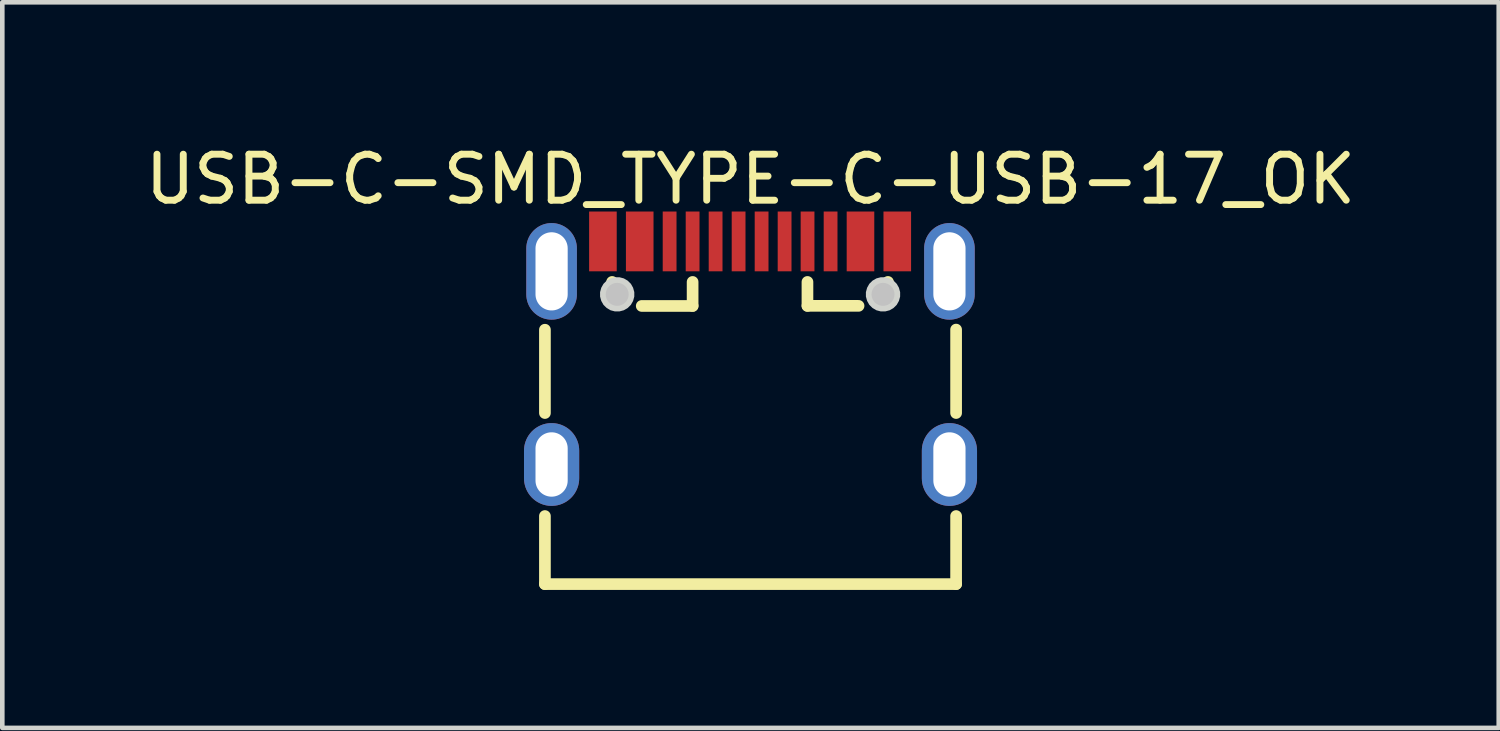
<source format=kicad_pcb>
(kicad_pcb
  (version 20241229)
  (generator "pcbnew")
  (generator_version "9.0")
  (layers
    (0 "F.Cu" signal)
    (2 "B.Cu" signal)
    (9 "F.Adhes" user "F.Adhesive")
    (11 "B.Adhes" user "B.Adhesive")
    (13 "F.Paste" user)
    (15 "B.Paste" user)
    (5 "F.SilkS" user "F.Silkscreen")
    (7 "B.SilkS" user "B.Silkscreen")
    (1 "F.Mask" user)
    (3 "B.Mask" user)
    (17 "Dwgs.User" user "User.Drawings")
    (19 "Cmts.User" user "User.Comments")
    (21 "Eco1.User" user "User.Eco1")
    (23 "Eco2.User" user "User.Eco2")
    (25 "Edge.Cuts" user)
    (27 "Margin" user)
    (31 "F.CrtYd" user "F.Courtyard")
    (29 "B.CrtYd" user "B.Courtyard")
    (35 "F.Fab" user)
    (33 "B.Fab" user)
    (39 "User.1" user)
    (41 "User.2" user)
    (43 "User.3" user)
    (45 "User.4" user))
  (footprint "USB-C-SMD_TYPE-C-USB-17_OK"
    (layer "F.Cu")
    (at 13.268 4.624)
    (property "Reference" "USB-C-SMD_TYPE-C-USB-17_OK" (at 0 -3.776 0) (layer "F.SilkS") (effects (font (size 1 1) (thickness 0.15))))
    (fp_line (start -4.47 1.306) (end -4.47 -0.505) (stroke (width 0.254) (type default)) (layer "F.SilkS"))
    (fp_line (start -4.47 5.026) (end -4.47 3.546) (stroke (width 0.254) (type default)) (layer "F.SilkS"))
    (fp_line (start -3.009 -1.384) (end -3.009 -1.544) (stroke (width 0.254) (type default)) (layer "F.SilkS"))
    (fp_line (start -2.365 -1.022) (end -1.259 -1.022) (stroke (width 0.254) (type default)) (layer "F.SilkS"))
    (fp_line (start -1.259 -1.022) (end -1.259 -1.544) (stroke (width 0.254) (type default)) (layer "F.SilkS"))
    (fp_line (start 1.238 -1.024) (end 1.238 -1.544) (stroke (width 0.254) (type default)) (layer "F.SilkS"))
    (fp_line (start 1.238 -1.024) (end 2.349 -1.024) (stroke (width 0.254) (type default)) (layer "F.SilkS"))
    (fp_line (start 2.988 -1.385) (end 2.988 -1.544) (stroke (width 0.254) (type default)) (layer "F.SilkS"))
    (fp_line (start 4.47 1.306) (end 4.47 -0.508) (stroke (width 0.254) (type default)) (layer "F.SilkS"))
    (fp_line (start 4.47 5.026) (end -4.47 5.026) (stroke (width 0.254) (type default)) (layer "F.SilkS"))
    (fp_line (start 4.47 5.026) (end 4.47 3.546) (stroke (width 0.254) (type default)) (layer "F.SilkS"))
    (fp_poly (pts (xy -3.509 -3.075) (xy -3.509 -1.774) (xy -2.909 -1.774) (xy -2.909 -3.075)) (stroke (width 0) (type default)) (fill yes) (layer "F.Paste"))
    (fp_poly (pts (xy -2.709 -3.075) (xy -2.709 -1.774) (xy -2.109 -1.774) (xy -2.109 -3.075)) (stroke (width 0) (type default)) (fill yes) (layer "F.Paste"))
    (fp_poly (pts (xy -1.909 -3.075) (xy -1.909 -1.776) (xy -1.609 -1.776) (xy -1.609 -3.075)) (stroke (width 0) (type default)) (fill yes) (layer "F.Paste"))
    (fp_poly (pts (xy -1.109 -1.774) (xy -1.109 -3.075) (xy -1.409 -3.075) (xy -1.409 -1.774)) (stroke (width 0) (type default)) (fill yes) (layer "F.Paste"))
    (fp_poly (pts (xy -0.609 -1.774) (xy -0.609 -3.075) (xy -0.909 -3.075) (xy -0.909 -1.774)) (stroke (width 0) (type default)) (fill yes) (layer "F.Paste"))
    (fp_poly (pts (xy -0.109 -1.774) (xy -0.109 -3.075) (xy -0.409 -3.075) (xy -0.409 -1.774)) (stroke (width 0) (type default)) (fill yes) (layer "F.Paste"))
    (fp_poly (pts (xy 0.391 -1.774) (xy 0.391 -3.075) (xy 0.091 -3.075) (xy 0.091 -1.774)) (stroke (width 0) (type default)) (fill yes) (layer "F.Paste"))
    (fp_poly (pts (xy 0.591 -3.075) (xy 0.591 -1.774) (xy 0.891 -1.774) (xy 0.891 -3.075)) (stroke (width 0) (type default)) (fill yes) (layer "F.Paste"))
    (fp_poly (pts (xy 1.091 -3.075) (xy 1.091 -1.776) (xy 1.391 -1.776) (xy 1.391 -3.075)) (stroke (width 0) (type default)) (fill yes) (layer "F.Paste"))
    (fp_poly (pts (xy 1.591 -3.075) (xy 1.591 -1.774) (xy 1.891 -1.774) (xy 1.891 -3.075)) (stroke (width 0) (type default)) (fill yes) (layer "F.Paste"))
    (fp_poly (pts (xy 2.091 -3.075) (xy 2.091 -1.774) (xy 2.691 -1.774) (xy 2.691 -3.075)) (stroke (width 0) (type default)) (fill yes) (layer "F.Paste"))
    (fp_poly (pts (xy 3.491 -1.774) (xy 3.491 -3.075) (xy 2.891 -3.075) (xy 2.891 -1.774)) (stroke (width 0) (type default)) (fill yes) (layer "F.Paste"))
    (fp_poly (pts (xy -4.349 1.526) (xy -4.379 1.527) (xy -4.409 1.53) (xy -4.439 1.534) (xy -4.468 1.54) (xy -4.497 1.548) (xy -4.525 1.556) (xy -4.553 1.567) (xy -4.581 1.579) (xy -4.608 1.591) (xy -4.634 1.606) (xy -4.66 1.621) (xy -4.684 1.639) (xy -4.708 1.657) (xy -4.731 1.675) (xy -4.753 1.696) (xy -4.774 1.718) (xy -4.793 1.74) (xy -4.812 1.763) (xy -4.83 1.788) (xy -4.846 1.812) (xy -4.861 1.839) (xy -4.875 1.865) (xy -4.887 1.893) (xy -4.898 1.92) (xy -4.907 1.948) (xy -4.915 1.978) (xy -4.922 2.006) (xy -4.928 2.036) (xy -4.931 2.066) (xy -4.934 2.095) (xy -4.934 2.126) (xy -4.934 2.725) (xy -4.934 2.756) (xy -4.931 2.785) (xy -4.928 2.815) (xy -4.922 2.845) (xy -4.915 2.873) (xy -4.907 2.902) (xy -4.898 2.93) (xy -4.887 2.958) (xy -4.875 2.986) (xy -4.861 3.013) (xy -4.846 3.038) (xy -4.83 3.063) (xy -4.812 3.087) (xy -4.793 3.111) (xy -4.774 3.134) (xy -4.753 3.155) (xy -4.731 3.175) (xy -4.708 3.195) (xy -4.684 3.212) (xy -4.66 3.229) (xy -4.634 3.245) (xy -4.608 3.26) (xy -4.581 3.272) (xy -4.553 3.284) (xy -4.525 3.294) (xy -4.497 3.303) (xy -4.468 3.311) (xy -4.439 3.317) (xy -4.409 3.321) (xy -4.379 3.324) (xy -4.349 3.325) (xy -4.319 3.325) (xy -4.29 3.324) (xy -4.26 3.321) (xy -4.23 3.317) (xy -4.2 3.311) (xy -4.171 3.303) (xy -4.143 3.294) (xy -4.115 3.284) (xy -4.088 3.272) (xy -4.061 3.26) (xy -4.034 3.245) (xy -4.008 3.229) (xy -3.984 3.212) (xy -3.96 3.195) (xy -3.937 3.175) (xy -3.915 3.155) (xy -3.894 3.134) (xy -3.874 3.111) (xy -3.856 3.087) (xy -3.838 3.063) (xy -3.822 3.038) (xy -3.807 3.013) (xy -3.793 2.986) (xy -3.781 2.958) (xy -3.771 2.93) (xy -3.76 2.902) (xy -3.752 2.873) (xy -3.746 2.845) (xy -3.741 2.815) (xy -3.737 2.785) (xy -3.735 2.756) (xy -3.734 2.725) (xy -3.734 2.126) (xy -3.735 2.095) (xy -3.737 2.066) (xy -3.741 2.036) (xy -3.746 2.006) (xy -3.752 1.978) (xy -3.76 1.948) (xy -3.771 1.92) (xy -3.781 1.893) (xy -3.793 1.865) (xy -3.807 1.839) (xy -3.822 1.812) (xy -3.838 1.788) (xy -3.856 1.763) (xy -3.874 1.74) (xy -3.894 1.718) (xy -3.915 1.696) (xy -3.937 1.675) (xy -3.96 1.657) (xy -3.984 1.639) (xy -4.008 1.621) (xy -4.034 1.606) (xy -4.061 1.591) (xy -4.088 1.579) (xy -4.115 1.567) (xy -4.143 1.556) (xy -4.171 1.548) (xy -4.2 1.54) (xy -4.23 1.534) (xy -4.26 1.53) (xy -4.29 1.527) (xy -4.319 1.526)) (stroke (width 0) (type default)) (fill yes) (layer "F.Paste"))
    (fp_poly (pts (xy -4.293 -2.823) (xy -4.321 -2.825) (xy -4.348 -2.825) (xy -4.375 -2.823) (xy -4.402 -2.82) (xy -4.429 -2.816) (xy -4.457 -2.811) (xy -4.483 -2.804) (xy -4.51 -2.796) (xy -4.535 -2.787) (xy -4.561 -2.776) (xy -4.585 -2.764) (xy -4.609 -2.751) (xy -4.633 -2.736) (xy -4.655 -2.721) (xy -4.677 -2.704) (xy -4.698 -2.687) (xy -4.718 -2.668) (xy -4.737 -2.648) (xy -4.755 -2.628) (xy -4.772 -2.607) (xy -4.788 -2.584) (xy -4.803 -2.561) (xy -4.817 -2.538) (xy -4.83 -2.513) (xy -4.841 -2.488) (xy -4.851 -2.462) (xy -4.859 -2.437) (xy -4.867 -2.41) (xy -4.873 -2.384) (xy -4.878 -2.357) (xy -4.881 -2.329) (xy -4.883 -2.302) (xy -4.884 -2.275) (xy -4.884 -1.274) (xy -4.883 -1.247) (xy -4.881 -1.22) (xy -4.878 -1.192) (xy -4.873 -1.165) (xy -4.867 -1.139) (xy -4.859 -1.113) (xy -4.851 -1.087) (xy -4.841 -1.061) (xy -4.83 -1.036) (xy -4.817 -1.012) (xy -4.803 -0.988) (xy -4.788 -0.965) (xy -4.772 -0.943) (xy -4.755 -0.921) (xy -4.737 -0.9) (xy -4.718 -0.88) (xy -4.698 -0.862) (xy -4.677 -0.845) (xy -4.655 -0.828) (xy -4.633 -0.812) (xy -4.609 -0.798) (xy -4.585 -0.785) (xy -4.561 -0.773) (xy -4.535 -0.762) (xy -4.51 -0.753) (xy -4.483 -0.745) (xy -4.457 -0.738) (xy -4.429 -0.733) (xy -4.402 -0.729) (xy -4.375 -0.726) (xy -4.348 -0.725) (xy -4.321 -0.725) (xy -4.293 -0.726) (xy -4.266 -0.729) (xy -4.239 -0.733) (xy -4.212 -0.738) (xy -4.185 -0.745) (xy -4.159 -0.753) (xy -4.133 -0.762) (xy -4.108 -0.773) (xy -4.083 -0.785) (xy -4.059 -0.798) (xy -4.035 -0.812) (xy -4.013 -0.828) (xy -3.991 -0.845) (xy -3.97 -0.862) (xy -3.95 -0.88) (xy -3.931 -0.9) (xy -3.913 -0.921) (xy -3.896 -0.943) (xy -3.88 -0.965) (xy -3.865 -0.988) (xy -3.851 -1.012) (xy -3.838 -1.036) (xy -3.828 -1.061) (xy -3.817 -1.087) (xy -3.808 -1.113) (xy -3.801 -1.139) (xy -3.795 -1.165) (xy -3.79 -1.192) (xy -3.787 -1.22) (xy -3.785 -1.247) (xy -3.784 -1.274) (xy -3.784 -2.275) (xy -3.785 -2.302) (xy -3.787 -2.329) (xy -3.79 -2.357) (xy -3.795 -2.384) (xy -3.801 -2.41) (xy -3.808 -2.437) (xy -3.817 -2.462) (xy -3.828 -2.488) (xy -3.838 -2.513) (xy -3.851 -2.538) (xy -3.865 -2.561) (xy -3.88 -2.584) (xy -3.896 -2.607) (xy -3.913 -2.628) (xy -3.931 -2.648) (xy -3.95 -2.668) (xy -3.97 -2.687) (xy -3.991 -2.704) (xy -4.013 -2.721) (xy -4.035 -2.736) (xy -4.059 -2.751) (xy -4.083 -2.764) (xy -4.108 -2.776) (xy -4.133 -2.787) (xy -4.159 -2.796) (xy -4.185 -2.804) (xy -4.212 -2.811) (xy -4.239 -2.816) (xy -4.266 -2.82)) (stroke (width 0) (type default)) (fill yes) (layer "F.Paste"))
    (fp_poly (pts (xy 4.319 1.526) (xy 4.289 1.527) (xy 4.26 1.53) (xy 4.229 1.534) (xy 4.2 1.54) (xy 4.171 1.548) (xy 4.143 1.556) (xy 4.114 1.567) (xy 4.087 1.579) (xy 4.06 1.591) (xy 4.034 1.606) (xy 4.008 1.621) (xy 3.983 1.639) (xy 3.96 1.657) (xy 3.937 1.675) (xy 3.915 1.696) (xy 3.894 1.718) (xy 3.874 1.74) (xy 3.856 1.763) (xy 3.838 1.788) (xy 3.822 1.812) (xy 3.807 1.839) (xy 3.793 1.865) (xy 3.781 1.893) (xy 3.77 1.92) (xy 3.76 1.948) (xy 3.752 1.978) (xy 3.746 2.006) (xy 3.74 2.036) (xy 3.737 2.066) (xy 3.735 2.095) (xy 3.734 2.126) (xy 3.734 2.725) (xy 3.735 2.756) (xy 3.737 2.785) (xy 3.74 2.815) (xy 3.746 2.845) (xy 3.752 2.873) (xy 3.76 2.902) (xy 3.77 2.93) (xy 3.781 2.958) (xy 3.793 2.986) (xy 3.807 3.013) (xy 3.822 3.038) (xy 3.838 3.063) (xy 3.856 3.087) (xy 3.874 3.111) (xy 3.894 3.134) (xy 3.915 3.155) (xy 3.937 3.175) (xy 3.96 3.195) (xy 3.983 3.212) (xy 4.008 3.229) (xy 4.034 3.245) (xy 4.06 3.26) (xy 4.087 3.272) (xy 4.114 3.284) (xy 4.143 3.294) (xy 4.171 3.303) (xy 4.2 3.311) (xy 4.229 3.317) (xy 4.26 3.321) (xy 4.289 3.324) (xy 4.319 3.325) (xy 4.349 3.325) (xy 4.378 3.324) (xy 4.409 3.321) (xy 4.438 3.317) (xy 4.468 3.311) (xy 4.497 3.303) (xy 4.525 3.294) (xy 4.553 3.284) (xy 4.58 3.272) (xy 4.607 3.26) (xy 4.634 3.245) (xy 4.66 3.229) (xy 4.684 3.212) (xy 4.708 3.195) (xy 4.731 3.175) (xy 4.753 3.155) (xy 4.774 3.134) (xy 4.793 3.111) (xy 4.812 3.087) (xy 4.83 3.063) (xy 4.846 3.038) (xy 4.861 3.013) (xy 4.875 2.986) (xy 4.887 2.958) (xy 4.897 2.93) (xy 4.907 2.902) (xy 4.915 2.873) (xy 4.922 2.845) (xy 4.927 2.815) (xy 4.931 2.785) (xy 4.933 2.756) (xy 4.934 2.725) (xy 4.934 2.126) (xy 4.933 2.095) (xy 4.931 2.066) (xy 4.927 2.036) (xy 4.922 2.006) (xy 4.915 1.978) (xy 4.907 1.948) (xy 4.897 1.92) (xy 4.887 1.893) (xy 4.875 1.865) (xy 4.861 1.839) (xy 4.846 1.812) (xy 4.83 1.788) (xy 4.812 1.763) (xy 4.793 1.74) (xy 4.774 1.718) (xy 4.753 1.696) (xy 4.731 1.675) (xy 4.708 1.657) (xy 4.684 1.639) (xy 4.66 1.621) (xy 4.634 1.606) (xy 4.607 1.591) (xy 4.58 1.579) (xy 4.553 1.567) (xy 4.525 1.556) (xy 4.497 1.548) (xy 4.468 1.54) (xy 4.438 1.534) (xy 4.409 1.53) (xy 4.378 1.527) (xy 4.349 1.526)) (stroke (width 0) (type default)) (fill yes) (layer "F.Paste"))
    (fp_poly (pts (xy 4.357 -2.823) (xy 4.33 -2.825) (xy 4.302 -2.825) (xy 4.275 -2.823) (xy 4.247 -2.82) (xy 4.221 -2.816) (xy 4.194 -2.811) (xy 4.167 -2.804) (xy 4.141 -2.796) (xy 4.115 -2.787) (xy 4.09 -2.776) (xy 4.065 -2.764) (xy 4.041 -2.751) (xy 4.018 -2.736) (xy 3.995 -2.721) (xy 3.973 -2.704) (xy 3.952 -2.687) (xy 3.932 -2.668) (xy 3.913 -2.648) (xy 3.894 -2.628) (xy 3.877 -2.607) (xy 3.861 -2.584) (xy 3.846 -2.561) (xy 3.833 -2.538) (xy 3.821 -2.513) (xy 3.809 -2.488) (xy 3.799 -2.462) (xy 3.791 -2.437) (xy 3.783 -2.41) (xy 3.777 -2.384) (xy 3.772 -2.357) (xy 3.768 -2.329) (xy 3.767 -2.302) (xy 3.766 -2.275) (xy 3.766 -1.274) (xy 3.767 -1.247) (xy 3.768 -1.22) (xy 3.772 -1.192) (xy 3.777 -1.165) (xy 3.783 -1.139) (xy 3.791 -1.113) (xy 3.799 -1.087) (xy 3.809 -1.061) (xy 3.821 -1.036) (xy 3.833 -1.012) (xy 3.846 -0.988) (xy 3.861 -0.965) (xy 3.877 -0.943) (xy 3.894 -0.921) (xy 3.913 -0.9) (xy 3.932 -0.88) (xy 3.952 -0.862) (xy 3.973 -0.845) (xy 3.995 -0.828) (xy 4.018 -0.812) (xy 4.041 -0.798) (xy 4.065 -0.785) (xy 4.09 -0.773) (xy 4.115 -0.762) (xy 4.141 -0.753) (xy 4.167 -0.745) (xy 4.194 -0.738) (xy 4.221 -0.733) (xy 4.247 -0.729) (xy 4.275 -0.726) (xy 4.302 -0.725) (xy 4.33 -0.725) (xy 4.357 -0.726) (xy 4.385 -0.729) (xy 4.412 -0.733) (xy 4.438 -0.738) (xy 4.465 -0.745) (xy 4.491 -0.753) (xy 4.517 -0.762) (xy 4.542 -0.773) (xy 4.567 -0.785) (xy 4.591 -0.798) (xy 4.614 -0.812) (xy 4.637 -0.828) (xy 4.659 -0.845) (xy 4.68 -0.862) (xy 4.7 -0.88) (xy 4.719 -0.9) (xy 4.737 -0.921) (xy 4.755 -0.943) (xy 4.771 -0.965) (xy 4.785 -0.988) (xy 4.799 -1.012) (xy 4.811 -1.036) (xy 4.822 -1.061) (xy 4.832 -1.087) (xy 4.841 -1.113) (xy 4.849 -1.139) (xy 4.855 -1.165) (xy 4.859 -1.192) (xy 4.863 -1.22) (xy 4.865 -1.247) (xy 4.866 -1.274) (xy 4.866 -2.275) (xy 4.865 -2.302) (xy 4.863 -2.329) (xy 4.859 -2.357) (xy 4.855 -2.384) (xy 4.849 -2.41) (xy 4.841 -2.437) (xy 4.832 -2.462) (xy 4.822 -2.488) (xy 4.811 -2.513) (xy 4.799 -2.538) (xy 4.785 -2.561) (xy 4.771 -2.584) (xy 4.755 -2.607) (xy 4.737 -2.628) (xy 4.719 -2.648) (xy 4.7 -2.668) (xy 4.68 -2.687) (xy 4.659 -2.704) (xy 4.637 -2.721) (xy 4.614 -2.736) (xy 4.591 -2.751) (xy 4.567 -2.764) (xy 4.542 -2.776) (xy 4.517 -2.787) (xy 4.491 -2.796) (xy 4.465 -2.804) (xy 4.438 -2.811) (xy 4.412 -2.816) (xy 4.385 -2.82)) (stroke (width 0) (type default)) (fill yes) (layer "F.Paste"))
    (fp_circle (center -2.899 -1.274) (end -2.774 -1.274) (stroke (width 0.25) (type default)) (fill no) (layer "Dwgs.User"))
    (fp_circle (center 2.881 -1.274) (end 3.006 -1.274) (stroke (width 0.25) (type default)) (fill no) (layer "Dwgs.User"))
    (fp_poly (pts (xy -2.527 -1.323) (xy -2.553 -1.418) (xy -2.601 -1.503) (xy -2.671 -1.572) (xy -2.755 -1.621) (xy -2.85 -1.646) (xy -2.948 -1.646) (xy -3.043 -1.621) (xy -3.127 -1.572) (xy -3.197 -1.503) (xy -3.245 -1.418) (xy -3.271 -1.323) (xy -3.271 -1.226) (xy -3.245 -1.131) (xy -3.197 -1.046) (xy -3.127 -0.977) (xy -3.043 -0.928) (xy -2.948 -0.903) (xy -2.85 -0.903) (xy -2.755 -0.928) (xy -2.671 -0.977) (xy -2.601 -1.046) (xy -2.553 -1.131) (xy -2.527 -1.226)) (stroke (width 0) (type default)) (fill yes) (layer "Edge.Cuts"))
    (fp_poly (pts (xy 3.253 -1.323) (xy 3.227 -1.418) (xy 3.179 -1.503) (xy 3.109 -1.572) (xy 3.025 -1.621) (xy 2.93 -1.646) (xy 2.832 -1.646) (xy 2.737 -1.621) (xy 2.653 -1.572) (xy 2.583 -1.503) (xy 2.535 -1.418) (xy 2.509 -1.323) (xy 2.509 -1.226) (xy 2.535 -1.131) (xy 2.583 -1.046) (xy 2.653 -0.977) (xy 2.737 -0.928) (xy 2.832 -0.903) (xy 2.93 -0.903) (xy 3.025 -0.928) (xy 3.109 -0.977) (xy 3.179 -1.046) (xy 3.227 -1.131) (xy 3.253 -1.226)) (stroke (width 0) (type default)) (fill yes) (layer "Edge.Cuts"))
    (fp_poly (pts (xy -4.484 -2.325) (xy -4.184 -2.325) (xy -4.184 -1.224) (xy -4.484 -1.224)) (stroke (width 0.1) (type default)) (fill no) (layer "User.1"))
    (fp_poly (pts (xy -4.484 2.026) (xy -4.184 2.026) (xy -4.184 2.825) (xy -4.484 2.825)) (stroke (width 0.1) (type default)) (fill no) (layer "User.1"))
    (fp_poly (pts (xy -3.409 -2.775) (xy -3.009 -2.775) (xy -3.009 -2.275) (xy -3.409 -2.275)) (stroke (width 0.1) (type default)) (fill no) (layer "User.1"))
    (fp_poly (pts (xy -2.609 -2.775) (xy -2.209 -2.775) (xy -2.209 -2.275) (xy -2.609 -2.275)) (stroke (width 0.1) (type default)) (fill no) (layer "User.1"))
    (fp_poly (pts (xy -1.859 -2.776) (xy -1.659 -2.776) (xy -1.659 -2.276) (xy -1.859 -2.276)) (stroke (width 0.1) (type default)) (fill no) (layer "User.1"))
    (fp_poly (pts (xy -1.359 -2.775) (xy -1.159 -2.775) (xy -1.159 -2.275) (xy -1.359 -2.275)) (stroke (width 0.1) (type default)) (fill no) (layer "User.1"))
    (fp_poly (pts (xy -0.859 -2.775) (xy -0.659 -2.775) (xy -0.659 -2.275) (xy -0.859 -2.275)) (stroke (width 0.1) (type default)) (fill no) (layer "User.1"))
    (fp_poly (pts (xy -0.359 -2.775) (xy -0.159 -2.775) (xy -0.159 -2.275) (xy -0.359 -2.275)) (stroke (width 0.1) (type default)) (fill no) (layer "User.1"))
    (fp_poly (pts (xy 0.141 -2.775) (xy 0.341 -2.775) (xy 0.341 -2.275) (xy 0.141 -2.275)) (stroke (width 0.1) (type default)) (fill no) (layer "User.1"))
    (fp_poly (pts (xy 0.641 -2.775) (xy 0.841 -2.775) (xy 0.841 -2.275) (xy 0.641 -2.275)) (stroke (width 0.1) (type default)) (fill no) (layer "User.1"))
    (fp_poly (pts (xy 1.141 -2.776) (xy 1.341 -2.776) (xy 1.341 -2.276) (xy 1.141 -2.276)) (stroke (width 0.1) (type default)) (fill no) (layer "User.1"))
    (fp_poly (pts (xy 1.641 -2.775) (xy 1.841 -2.775) (xy 1.841 -2.275) (xy 1.641 -2.275)) (stroke (width 0.1) (type default)) (fill no) (layer "User.1"))
    (fp_poly (pts (xy 2.191 -2.775) (xy 2.591 -2.775) (xy 2.591 -2.275) (xy 2.191 -2.275)) (stroke (width 0.1) (type default)) (fill no) (layer "User.1"))
    (fp_poly (pts (xy 2.991 -2.775) (xy 3.391 -2.775) (xy 3.391 -2.275) (xy 2.991 -2.275)) (stroke (width 0.1) (type default)) (fill no) (layer "User.1"))
    (fp_poly (pts (xy 4.166 -2.325) (xy 4.466 -2.325) (xy 4.466 -1.224) (xy 4.166 -1.224)) (stroke (width 0.1) (type default)) (fill no) (layer "User.1"))
    (fp_poly (pts (xy 4.184 2.026) (xy 4.484 2.026) (xy 4.484 2.825) (xy 4.184 2.825)) (stroke (width 0.1) (type default)) (fill no) (layer "User.1"))
    (fp_line (start -4.47 -2.325) (end 4.47 -2.325) (stroke (width 0.051) (type default)) (layer "User.2"))
    (fp_line (start -4.47 5.026) (end -4.47 -2.325) (stroke (width 0.051) (type default)) (layer "User.2"))
    (fp_line (start 4.47 -2.325) (end 4.47 5.026) (stroke (width 0.051) (type default)) (layer "User.2"))
    (fp_line (start 4.47 5.026) (end -4.47 5.026) (stroke (width 0.051) (type default)) (layer "User.2"))
    (fp_poly (pts (xy -4.429 -2.798) (xy -4.461 -2.831) (xy -4.507 -2.831) (xy -4.539 -2.798) (xy -4.539 -2.753) (xy -4.507 -2.72) (xy -4.461 -2.72) (xy -4.429 -2.753)) (stroke (width 0.1) (type default)) (fill no) (layer "User.3"))
    (pad "0" thru_hole oval (at -4.325 -1.774) (size 1.1 2.1) (drill oval 0.7 1.7) (layers "*.Cu" "*.Mask"))
    (pad "0" thru_hole oval (at -4.325 2.425) (size 1.2 1.8) (drill oval 0.7 1.4) (layers "*.Cu" "*.Mask"))
    (pad "0" thru_hole oval (at 4.325 -1.774) (size 1.1 2.1) (drill oval 0.7 1.7) (layers "*.Cu" "*.Mask"))
    (pad "0" thru_hole oval (at 4.325 2.425) (size 1.2 1.8) (drill oval 0.7 1.4) (layers "*.Cu" "*.Mask"))
    (pad "A1" smd rect (at -3.209 -2.425) (size 0.6 1.3) (layers "F.Cu" "F.Mask" "F.Paste"))
    (pad "A4" smd rect (at -2.409 -2.425) (size 0.6 1.3) (layers "F.Cu" "F.Mask" "F.Paste"))
    (pad "A5" smd rect (at -1.259 -2.425) (size 0.3 1.3) (layers "F.Cu" "F.Mask" "F.Paste"))
    (pad "A6" smd rect (at -0.259 -2.425) (size 0.3 1.3) (layers "F.Cu" "F.Mask" "F.Paste"))
    (pad "A7" smd rect (at 0.241 -2.425) (size 0.3 1.3) (layers "F.Cu" "F.Mask" "F.Paste"))
    (pad "A8" smd rect (at 1.24 -2.425) (size 0.3 1.3) (layers "F.Cu" "F.Mask" "F.Paste"))
    (pad "A9" smd rect (at 2.391 -2.425) (size 0.6 1.3) (layers "F.Cu" "F.Mask" "F.Paste"))
    (pad "A12" smd rect (at 3.191 -2.425) (size 0.6 1.3) (layers "F.Cu" "F.Mask" "F.Paste"))
    (pad "B5" smd rect (at 1.741 -2.425) (size 0.3 1.3) (layers "F.Cu" "F.Mask" "F.Paste"))
    (pad "B6" smd rect (at 0.741 -2.425) (size 0.3 1.3) (layers "F.Cu" "F.Mask" "F.Paste"))
    (pad "B7" smd rect (at -0.759 -2.425) (size 0.3 1.3) (layers "F.Cu" "F.Mask" "F.Paste"))
    (pad "B8" smd rect (at -1.759 -2.425) (size 0.3 1.3) (layers "F.Cu" "F.Mask" "F.Paste")))
  (gr_rect
    (start -3 -3)
    (end 29.536 12.776)
    (stroke (width 0.1) (type default))
    (fill no)
    (layer "Edge.Cuts")))
</source>
